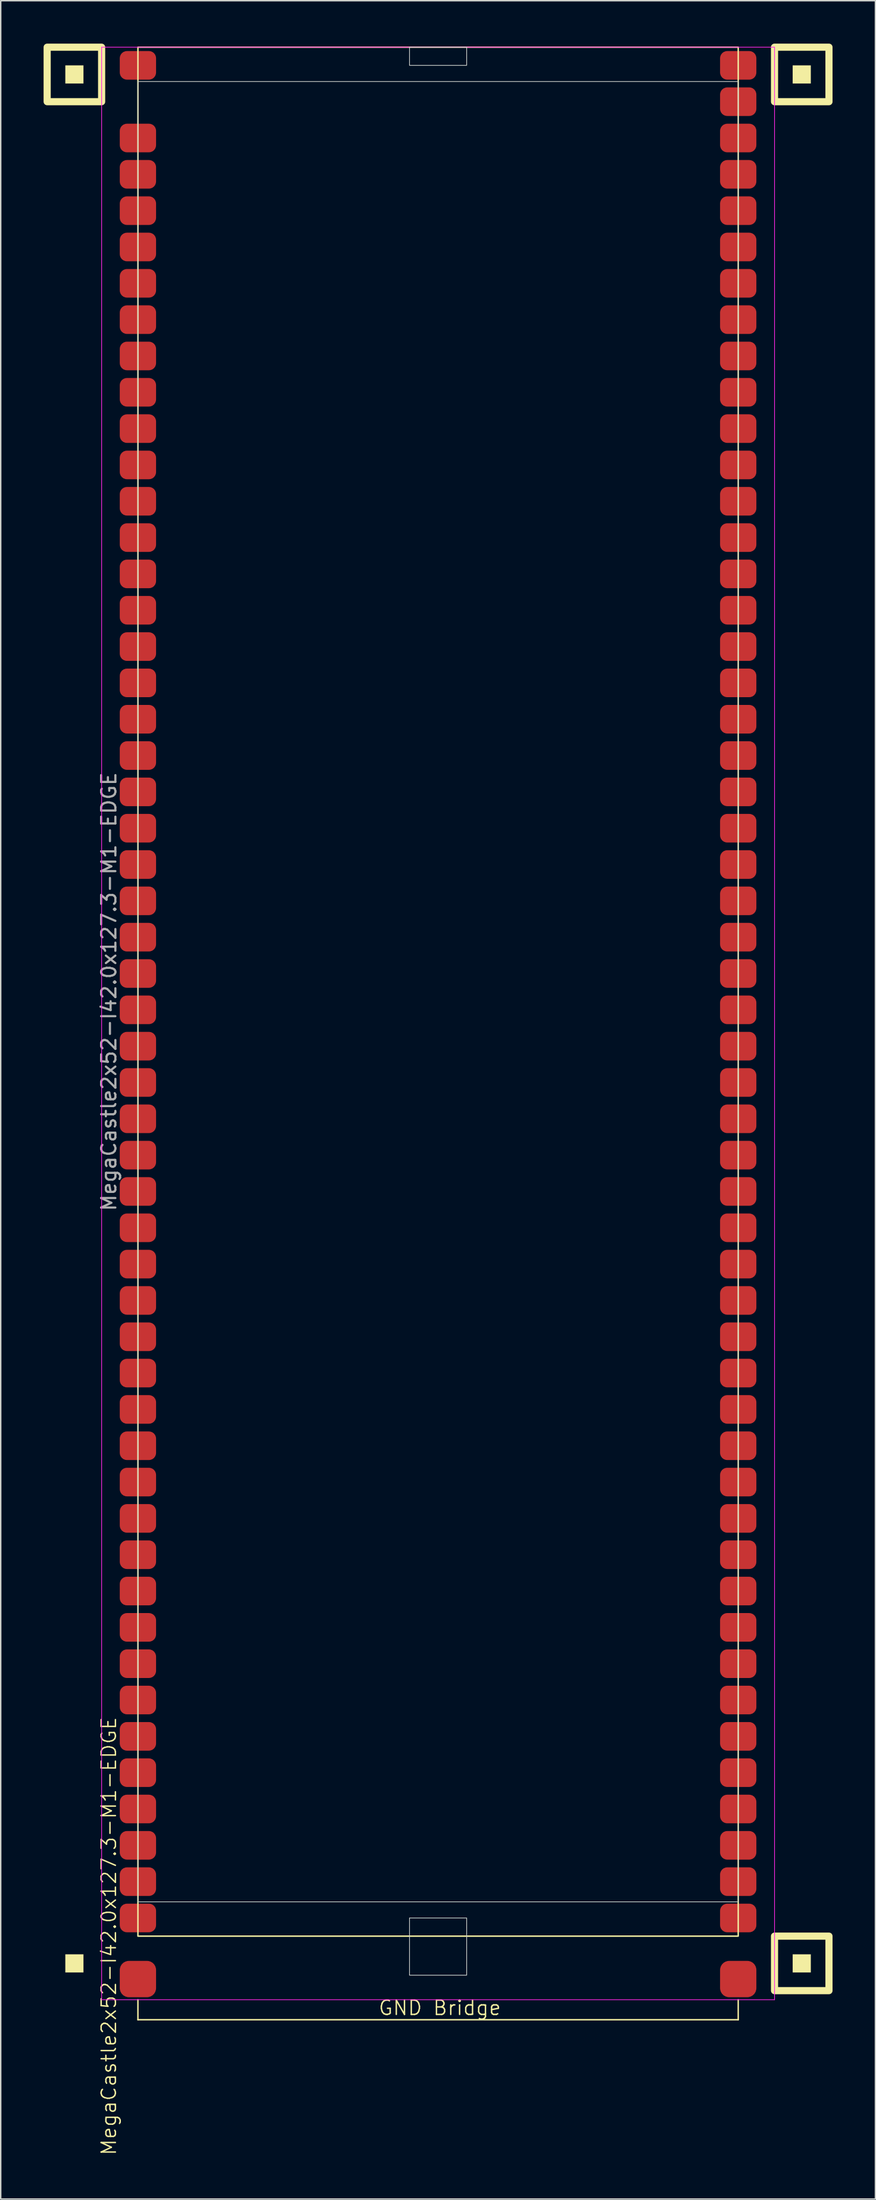
<source format=kicad_pcb>
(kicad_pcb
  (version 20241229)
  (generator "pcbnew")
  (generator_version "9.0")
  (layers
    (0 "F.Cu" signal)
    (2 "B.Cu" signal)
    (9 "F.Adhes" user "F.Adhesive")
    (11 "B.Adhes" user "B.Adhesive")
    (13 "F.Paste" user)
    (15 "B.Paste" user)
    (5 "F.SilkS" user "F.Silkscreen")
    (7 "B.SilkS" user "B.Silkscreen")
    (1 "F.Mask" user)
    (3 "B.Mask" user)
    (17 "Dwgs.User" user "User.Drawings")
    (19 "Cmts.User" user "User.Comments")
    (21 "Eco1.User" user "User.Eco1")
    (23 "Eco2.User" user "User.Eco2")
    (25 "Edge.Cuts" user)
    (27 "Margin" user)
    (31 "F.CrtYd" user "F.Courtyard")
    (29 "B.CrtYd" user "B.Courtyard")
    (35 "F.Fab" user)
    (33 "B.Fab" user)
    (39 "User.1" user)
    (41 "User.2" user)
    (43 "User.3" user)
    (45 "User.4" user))
  (footprint "MegaCastle2x52-I42.0x127.3-M1-EDGE"
    (layer "F.Cu")
    (at 27.6 66.29)
    (property "Reference" "MegaCastle2x52-I42.0x127.3-M1-EDGE" (at -23.032 66.04 90) (unlocked yes) (layer "F.SilkS") (effects (font (size 1 1) (thickness 0.1))))
    (attr smd)
    (fp_line (start -21 70.485) (end -21 71.885) (stroke (width 0.1) (type default)) (layer "F.SilkS"))
    (fp_line (start -21 71.885) (end 21 71.885) (stroke (width 0.1) (type default)) (layer "F.SilkS"))
    (fp_line (start 21 70.485) (end 21 71.885) (stroke (width 0.1) (type default)) (layer "F.SilkS"))
    (fp_rect (start -24.81 -63.5) (end -26.08 -64.77) (stroke (width 0) (type solid)) (fill yes) (layer "F.SilkS"))
    (fp_rect (start -24.81 68.58) (end -26.08 67.31) (stroke (width 0) (type solid)) (fill yes) (layer "F.SilkS"))
    (fp_rect (start -23.54 -62.23) (end -27.35 -66.04) (stroke (width 0.5) (type default)) (fill no) (layer "F.SilkS"))
    (fp_rect (start -21 -66.04) (end 21 66.04) (stroke (width 0.1) (type default)) (fill no) (layer "F.SilkS"))
    (fp_rect (start 26.08 -63.5) (end 24.81 -64.77) (stroke (width 0) (type solid)) (fill yes) (layer "F.SilkS"))
    (fp_rect (start 26.08 68.58) (end 24.81 67.31) (stroke (width 0) (type solid)) (fill yes) (layer "F.SilkS"))
    (fp_rect (start 27.35 -62.23) (end 23.54 -66.04) (stroke (width 0.5) (type default)) (fill no) (layer "F.SilkS"))
    (fp_rect (start 27.35 69.85) (end 23.54 66.04) (stroke (width 0.5) (type default)) (fill no) (layer "F.SilkS"))
    (fp_rect (start -21 -63.64) (end 21 63.64) (stroke (width 0.05) (type default)) (fill no) (layer "Edge.Cuts"))
    (fp_rect (start -2 -64.77) (end 2 -66.04) (stroke (width 0.05) (type default)) (fill no) (layer "Edge.Cuts"))
    (fp_rect (start -2 64.77) (end 2 68.77) (stroke (width 0.05) (type default)) (fill no) (layer "Edge.Cuts"))
    (fp_line (start -23.54 -66.04) (end -23.54 70.485) (stroke (width 0.05) (type default)) (layer "F.CrtYd"))
    (fp_line (start -23.54 70.485) (end 23.54 70.485) (stroke (width 0.05) (type default)) (layer "F.CrtYd"))
    (fp_line (start 23.54 -66.04) (end -23.54 -66.04) (stroke (width 0.05) (type default)) (layer "F.CrtYd"))
    (fp_line (start 23.54 -66.04) (end 23.54 70.485) (stroke (width 0.05) (type default)) (layer "F.CrtYd"))
    (fp_text user "GND Bridge" (at -4.226 71.64 0) (unlocked yes) (layer "F.SilkS") (effects (font (size 1 1) (thickness 0.1)) (justify left bottom)))
    (fp_text user "${REFERENCE}" (at -23.032 0 90) (unlocked yes) (layer "F.Fab") (effects (font (size 1 1) (thickness 0.15))))
    (pad "1" smd roundrect (at -21 -64.77) (size 2.54 2) (layers "F.Cu" "F.Mask" "F.Paste") (roundrect_rratio 0.25))
    (pad "3" smd roundrect (at -21 -59.69) (size 2.54 2) (layers "F.Cu" "F.Mask" "F.Paste") (roundrect_rratio 0.25))
    (pad "4" smd roundrect (at -21 -57.15) (size 2.54 2) (layers "F.Cu" "F.Mask" "F.Paste") (roundrect_rratio 0.25))
    (pad "5" smd roundrect (at -21 -54.61) (size 2.54 2) (layers "F.Cu" "F.Mask" "F.Paste") (roundrect_rratio 0.25))
    (pad "6" smd roundrect (at -21 -52.07) (size 2.54 2) (layers "F.Cu" "F.Mask" "F.Paste") (roundrect_rratio 0.25))
    (pad "7" smd roundrect (at -21 -49.53) (size 2.54 2) (layers "F.Cu" "F.Mask" "F.Paste") (roundrect_rratio 0.25))
    (pad "8" smd roundrect (at -21 -46.99) (size 2.54 2) (layers "F.Cu" "F.Mask" "F.Paste") (roundrect_rratio 0.25))
    (pad "9" smd roundrect (at -21 -44.45) (size 2.54 2) (layers "F.Cu" "F.Mask" "F.Paste") (roundrect_rratio 0.25))
    (pad "10" smd roundrect (at -21 -41.91) (size 2.54 2) (layers "F.Cu" "F.Mask" "F.Paste") (roundrect_rratio 0.25))
    (pad "11" smd roundrect (at -21 -39.37) (size 2.54 2) (layers "F.Cu" "F.Mask" "F.Paste") (roundrect_rratio 0.25))
    (pad "12" smd roundrect (at -21 -36.83) (size 2.54 2) (layers "F.Cu" "F.Mask" "F.Paste") (roundrect_rratio 0.25))
    (pad "13" smd roundrect (at -21 -34.29) (size 2.54 2) (layers "F.Cu" "F.Mask" "F.Paste") (roundrect_rratio 0.25))
    (pad "14" smd roundrect (at -21 -31.75) (size 2.54 2) (layers "F.Cu" "F.Mask" "F.Paste") (roundrect_rratio 0.25))
    (pad "15" smd roundrect (at -21 -29.21) (size 2.54 2) (layers "F.Cu" "F.Mask" "F.Paste") (roundrect_rratio 0.25))
    (pad "16" smd roundrect (at -21 -26.67) (size 2.54 2) (layers "F.Cu" "F.Mask" "F.Paste") (roundrect_rratio 0.25))
    (pad "17" smd roundrect (at -21 -24.13) (size 2.54 2) (layers "F.Cu" "F.Mask" "F.Paste") (roundrect_rratio 0.25))
    (pad "18" smd roundrect (at -21 -21.59) (size 2.54 2) (layers "F.Cu" "F.Mask" "F.Paste") (roundrect_rratio 0.25))
    (pad "19" smd roundrect (at -21 -19.05) (size 2.54 2) (layers "F.Cu" "F.Mask" "F.Paste") (roundrect_rratio 0.25))
    (pad "20" smd roundrect (at -21 -16.51) (size 2.54 2) (layers "F.Cu" "F.Mask" "F.Paste") (roundrect_rratio 0.25))
    (pad "21" smd roundrect (at -21 -13.97) (size 2.54 2) (layers "F.Cu" "F.Mask" "F.Paste") (roundrect_rratio 0.25))
    (pad "22" smd roundrect (at -21 -11.43) (size 2.54 2) (layers "F.Cu" "F.Mask" "F.Paste") (roundrect_rratio 0.25))
    (pad "23" smd roundrect (at -21 -8.89) (size 2.54 2) (layers "F.Cu" "F.Mask" "F.Paste") (roundrect_rratio 0.25))
    (pad "24" smd roundrect (at -21 -6.35) (size 2.54 2) (layers "F.Cu" "F.Mask" "F.Paste") (roundrect_rratio 0.25))
    (pad "25" smd roundrect (at -21 -3.81) (size 2.54 2) (layers "F.Cu" "F.Mask" "F.Paste") (roundrect_rratio 0.25))
    (pad "26" smd roundrect (at -21 -1.27) (size 2.54 2) (layers "F.Cu" "F.Mask" "F.Paste") (roundrect_rratio 0.25))
    (pad "27" smd roundrect (at -21 1.27) (size 2.54 2) (layers "F.Cu" "F.Mask" "F.Paste") (roundrect_rratio 0.25))
    (pad "28" smd roundrect (at -21 3.81) (size 2.54 2) (layers "F.Cu" "F.Mask" "F.Paste") (roundrect_rratio 0.25))
    (pad "29" smd roundrect (at -21 6.35) (size 2.54 2) (layers "F.Cu" "F.Mask" "F.Paste") (roundrect_rratio 0.25))
    (pad "30" smd roundrect (at -21 8.89) (size 2.54 2) (layers "F.Cu" "F.Mask" "F.Paste") (roundrect_rratio 0.25))
    (pad "31" smd roundrect (at -21 11.43) (size 2.54 2) (layers "F.Cu" "F.Mask" "F.Paste") (roundrect_rratio 0.25))
    (pad "32" smd roundrect (at -21 13.97) (size 2.54 2) (layers "F.Cu" "F.Mask" "F.Paste") (roundrect_rratio 0.25))
    (pad "33" smd roundrect (at -21 16.51) (size 2.54 2) (layers "F.Cu" "F.Mask" "F.Paste") (roundrect_rratio 0.25))
    (pad "34" smd roundrect (at -21 19.05) (size 2.54 2) (layers "F.Cu" "F.Mask" "F.Paste") (roundrect_rratio 0.25))
    (pad "35" smd roundrect (at -21 21.59) (size 2.54 2) (layers "F.Cu" "F.Mask" "F.Paste") (roundrect_rratio 0.25))
    (pad "36" smd roundrect (at -21 24.13) (size 2.54 2) (layers "F.Cu" "F.Mask" "F.Paste") (roundrect_rratio 0.25))
    (pad "37" smd roundrect (at -21 26.67) (size 2.54 2) (layers "F.Cu" "F.Mask" "F.Paste") (roundrect_rratio 0.25))
    (pad "38" smd roundrect (at -21 29.21) (size 2.54 2) (layers "F.Cu" "F.Mask" "F.Paste") (roundrect_rratio 0.25))
    (pad "39" smd roundrect (at -21 31.75) (size 2.54 2) (layers "F.Cu" "F.Mask" "F.Paste") (roundrect_rratio 0.25))
    (pad "40" smd roundrect (at -21 34.29) (size 2.54 2) (layers "F.Cu" "F.Mask" "F.Paste") (roundrect_rratio 0.25))
    (pad "41" smd roundrect (at -21 36.83) (size 2.54 2) (layers "F.Cu" "F.Mask" "F.Paste") (roundrect_rratio 0.25))
    (pad "42" smd roundrect (at -21 39.37) (size 2.54 2) (layers "F.Cu" "F.Mask" "F.Paste") (roundrect_rratio 0.25))
    (pad "43" smd roundrect (at -21 41.91) (size 2.54 2) (layers "F.Cu" "F.Mask" "F.Paste") (roundrect_rratio 0.25))
    (pad "44" smd roundrect (at -21 44.45) (size 2.54 2) (layers "F.Cu" "F.Mask" "F.Paste") (roundrect_rratio 0.25))
    (pad "45" smd roundrect (at -21 46.99) (size 2.54 2) (layers "F.Cu" "F.Mask" "F.Paste") (roundrect_rratio 0.25))
    (pad "46" smd roundrect (at -21 49.53) (size 2.54 2) (layers "F.Cu" "F.Mask" "F.Paste") (roundrect_rratio 0.25))
    (pad "47" smd roundrect (at -21 52.07) (size 2.54 2) (layers "F.Cu" "F.Mask" "F.Paste") (roundrect_rratio 0.25))
    (pad "48" smd roundrect (at -21 54.61) (size 2.54 2) (layers "F.Cu" "F.Mask" "F.Paste") (roundrect_rratio 0.25))
    (pad "49" smd roundrect (at -21 57.15) (size 2.54 2) (layers "F.Cu" "F.Mask" "F.Paste") (roundrect_rratio 0.25))
    (pad "50" smd roundrect (at -21 59.69) (size 2.54 2) (layers "F.Cu" "F.Mask" "F.Paste") (roundrect_rratio 0.25))
    (pad "51" smd roundrect (at -21 62.23) (size 2.54 2) (layers "F.Cu" "F.Mask" "F.Paste") (roundrect_rratio 0.25))
    (pad "52" smd roundrect (at -21 64.77) (size 2.54 2) (layers "F.Cu" "F.Mask" "F.Paste") (roundrect_rratio 0.25))
    (pad "53" smd roundrect (at 21 -64.77) (size 2.54 2) (layers "F.Cu" "F.Mask" "F.Paste") (roundrect_rratio 0.25))
    (pad "54" smd roundrect (at 21 -62.23) (size 2.54 2) (layers "F.Cu" "F.Mask" "F.Paste") (roundrect_rratio 0.25))
    (pad "55" smd roundrect (at 21 -59.69) (size 2.54 2) (layers "F.Cu" "F.Mask" "F.Paste") (roundrect_rratio 0.25))
    (pad "56" smd roundrect (at 21 -57.15) (size 2.54 2) (layers "F.Cu" "F.Mask" "F.Paste") (roundrect_rratio 0.25))
    (pad "57" smd roundrect (at 21 -54.61) (size 2.54 2) (layers "F.Cu" "F.Mask" "F.Paste") (roundrect_rratio 0.25))
    (pad "58" smd roundrect (at 21 -52.07) (size 2.54 2) (layers "F.Cu" "F.Mask" "F.Paste") (roundrect_rratio 0.25))
    (pad "59" smd roundrect (at 21 -49.53) (size 2.54 2) (layers "F.Cu" "F.Mask" "F.Paste") (roundrect_rratio 0.25))
    (pad "60" smd roundrect (at 21 -46.99) (size 2.54 2) (layers "F.Cu" "F.Mask" "F.Paste") (roundrect_rratio 0.25))
    (pad "61" smd roundrect (at 21 -44.45) (size 2.54 2) (layers "F.Cu" "F.Mask" "F.Paste") (roundrect_rratio 0.25))
    (pad "62" smd roundrect (at 21 -41.91) (size 2.54 2) (layers "F.Cu" "F.Mask" "F.Paste") (roundrect_rratio 0.25))
    (pad "63" smd roundrect (at 21 -39.37) (size 2.54 2) (layers "F.Cu" "F.Mask" "F.Paste") (roundrect_rratio 0.25))
    (pad "64" smd roundrect (at 21 -36.83) (size 2.54 2) (layers "F.Cu" "F.Mask" "F.Paste") (roundrect_rratio 0.25))
    (pad "65" smd roundrect (at 21 -34.29) (size 2.54 2) (layers "F.Cu" "F.Mask" "F.Paste") (roundrect_rratio 0.25))
    (pad "66" smd roundrect (at 21 -31.75) (size 2.54 2) (layers "F.Cu" "F.Mask" "F.Paste") (roundrect_rratio 0.25))
    (pad "67" smd roundrect (at 21 -29.21) (size 2.54 2) (layers "F.Cu" "F.Mask" "F.Paste") (roundrect_rratio 0.25))
    (pad "68" smd roundrect (at 21 -26.67) (size 2.54 2) (layers "F.Cu" "F.Mask" "F.Paste") (roundrect_rratio 0.25))
    (pad "69" smd roundrect (at 21 -24.13) (size 2.54 2) (layers "F.Cu" "F.Mask" "F.Paste") (roundrect_rratio 0.25))
    (pad "70" smd roundrect (at 21 -21.59) (size 2.54 2) (layers "F.Cu" "F.Mask" "F.Paste") (roundrect_rratio 0.25))
    (pad "71" smd roundrect (at 21 -19.05) (size 2.54 2) (layers "F.Cu" "F.Mask" "F.Paste") (roundrect_rratio 0.25))
    (pad "72" smd roundrect (at 21 -16.51) (size 2.54 2) (layers "F.Cu" "F.Mask" "F.Paste") (roundrect_rratio 0.25))
    (pad "73" smd roundrect (at 21 -13.97) (size 2.54 2) (layers "F.Cu" "F.Mask" "F.Paste") (roundrect_rratio 0.25))
    (pad "74" smd roundrect (at 21 -11.43) (size 2.54 2) (layers "F.Cu" "F.Mask" "F.Paste") (roundrect_rratio 0.25))
    (pad "75" smd roundrect (at 21 -8.89) (size 2.54 2) (layers "F.Cu" "F.Mask" "F.Paste") (roundrect_rratio 0.25))
    (pad "76" smd roundrect (at 21 -6.35) (size 2.54 2) (layers "F.Cu" "F.Mask" "F.Paste") (roundrect_rratio 0.25))
    (pad "77" smd roundrect (at 21 -3.81) (size 2.54 2) (layers "F.Cu" "F.Mask" "F.Paste") (roundrect_rratio 0.25))
    (pad "78" smd roundrect (at 21 -1.27) (size 2.54 2) (layers "F.Cu" "F.Mask" "F.Paste") (roundrect_rratio 0.25))
    (pad "79" smd roundrect (at 21 1.27) (size 2.54 2) (layers "F.Cu" "F.Mask" "F.Paste") (roundrect_rratio 0.25))
    (pad "80" smd roundrect (at 21 3.81) (size 2.54 2) (layers "F.Cu" "F.Mask" "F.Paste") (roundrect_rratio 0.25))
    (pad "81" smd roundrect (at 21 6.35) (size 2.54 2) (layers "F.Cu" "F.Mask" "F.Paste") (roundrect_rratio 0.25))
    (pad "82" smd roundrect (at 21 8.89) (size 2.54 2) (layers "F.Cu" "F.Mask" "F.Paste") (roundrect_rratio 0.25))
    (pad "83" smd roundrect (at 21 11.43) (size 2.54 2) (layers "F.Cu" "F.Mask" "F.Paste") (roundrect_rratio 0.25))
    (pad "84" smd roundrect (at 21 13.97) (size 2.54 2) (layers "F.Cu" "F.Mask" "F.Paste") (roundrect_rratio 0.25))
    (pad "85" smd roundrect (at 21 16.51) (size 2.54 2) (layers "F.Cu" "F.Mask" "F.Paste") (roundrect_rratio 0.25))
    (pad "86" smd roundrect (at 21 19.05) (size 2.54 2) (layers "F.Cu" "F.Mask" "F.Paste") (roundrect_rratio 0.25))
    (pad "87" smd roundrect (at 21 21.59) (size 2.54 2) (layers "F.Cu" "F.Mask" "F.Paste") (roundrect_rratio 0.25))
    (pad "88" smd roundrect (at 21 24.13) (size 2.54 2) (layers "F.Cu" "F.Mask" "F.Paste") (roundrect_rratio 0.25))
    (pad "89" smd roundrect (at 21 26.67) (size 2.54 2) (layers "F.Cu" "F.Mask" "F.Paste") (roundrect_rratio 0.25))
    (pad "90" smd roundrect (at 21 29.21) (size 2.54 2) (layers "F.Cu" "F.Mask" "F.Paste") (roundrect_rratio 0.25))
    (pad "91" smd roundrect (at 21 31.75) (size 2.54 2) (layers "F.Cu" "F.Mask" "F.Paste") (roundrect_rratio 0.25))
    (pad "92" smd roundrect (at 21 34.29) (size 2.54 2) (layers "F.Cu" "F.Mask" "F.Paste") (roundrect_rratio 0.25))
    (pad "93" smd roundrect (at 21 36.83) (size 2.54 2) (layers "F.Cu" "F.Mask" "F.Paste") (roundrect_rratio 0.25))
    (pad "94" smd roundrect (at 21 39.37) (size 2.54 2) (layers "F.Cu" "F.Mask" "F.Paste") (roundrect_rratio 0.25))
    (pad "95" smd roundrect (at 21 41.91) (size 2.54 2) (layers "F.Cu" "F.Mask" "F.Paste") (roundrect_rratio 0.25))
    (pad "96" smd roundrect (at 21 44.45) (size 2.54 2) (layers "F.Cu" "F.Mask" "F.Paste") (roundrect_rratio 0.25))
    (pad "97" smd roundrect (at 21 46.99) (size 2.54 2) (layers "F.Cu" "F.Mask" "F.Paste") (roundrect_rratio 0.25))
    (pad "98" smd roundrect (at 21 49.53) (size 2.54 2) (layers "F.Cu" "F.Mask" "F.Paste") (roundrect_rratio 0.25))
    (pad "99" smd roundrect (at 21 52.07) (size 2.54 2) (layers "F.Cu" "F.Mask" "F.Paste") (roundrect_rratio 0.25))
    (pad "100" smd roundrect (at 21 54.61) (size 2.54 2) (layers "F.Cu" "F.Mask" "F.Paste") (roundrect_rratio 0.25))
    (pad "101" smd roundrect (at 21 57.15) (size 2.54 2) (layers "F.Cu" "F.Mask" "F.Paste") (roundrect_rratio 0.25))
    (pad "102" smd roundrect (at 21 59.69) (size 2.54 2) (layers "F.Cu" "F.Mask" "F.Paste") (roundrect_rratio 0.25))
    (pad "103" smd roundrect (at 21 62.23) (size 2.54 2) (layers "F.Cu" "F.Mask" "F.Paste") (roundrect_rratio 0.25))
    (pad "104" smd roundrect (at 21 64.77) (size 2.54 2) (layers "F.Cu" "F.Mask" "F.Paste") (roundrect_rratio 0.25))
    (pad "B1" smd roundrect (at -21 69.04) (size 2.54 2.54) (layers "F.Cu" "F.Mask" "F.Paste") (roundrect_rratio 0.25))
    (pad "B2" smd roundrect (at 21 69.04) (size 2.54 2.54) (layers "F.Cu" "F.Mask" "F.Paste") (roundrect_rratio 0.25)))
  (gr_rect
    (start -3 -3)
    (end 58.2 150.713)
    (stroke (width 0.1) (type default))
    (fill no)
    (layer "Edge.Cuts")))
</source>
